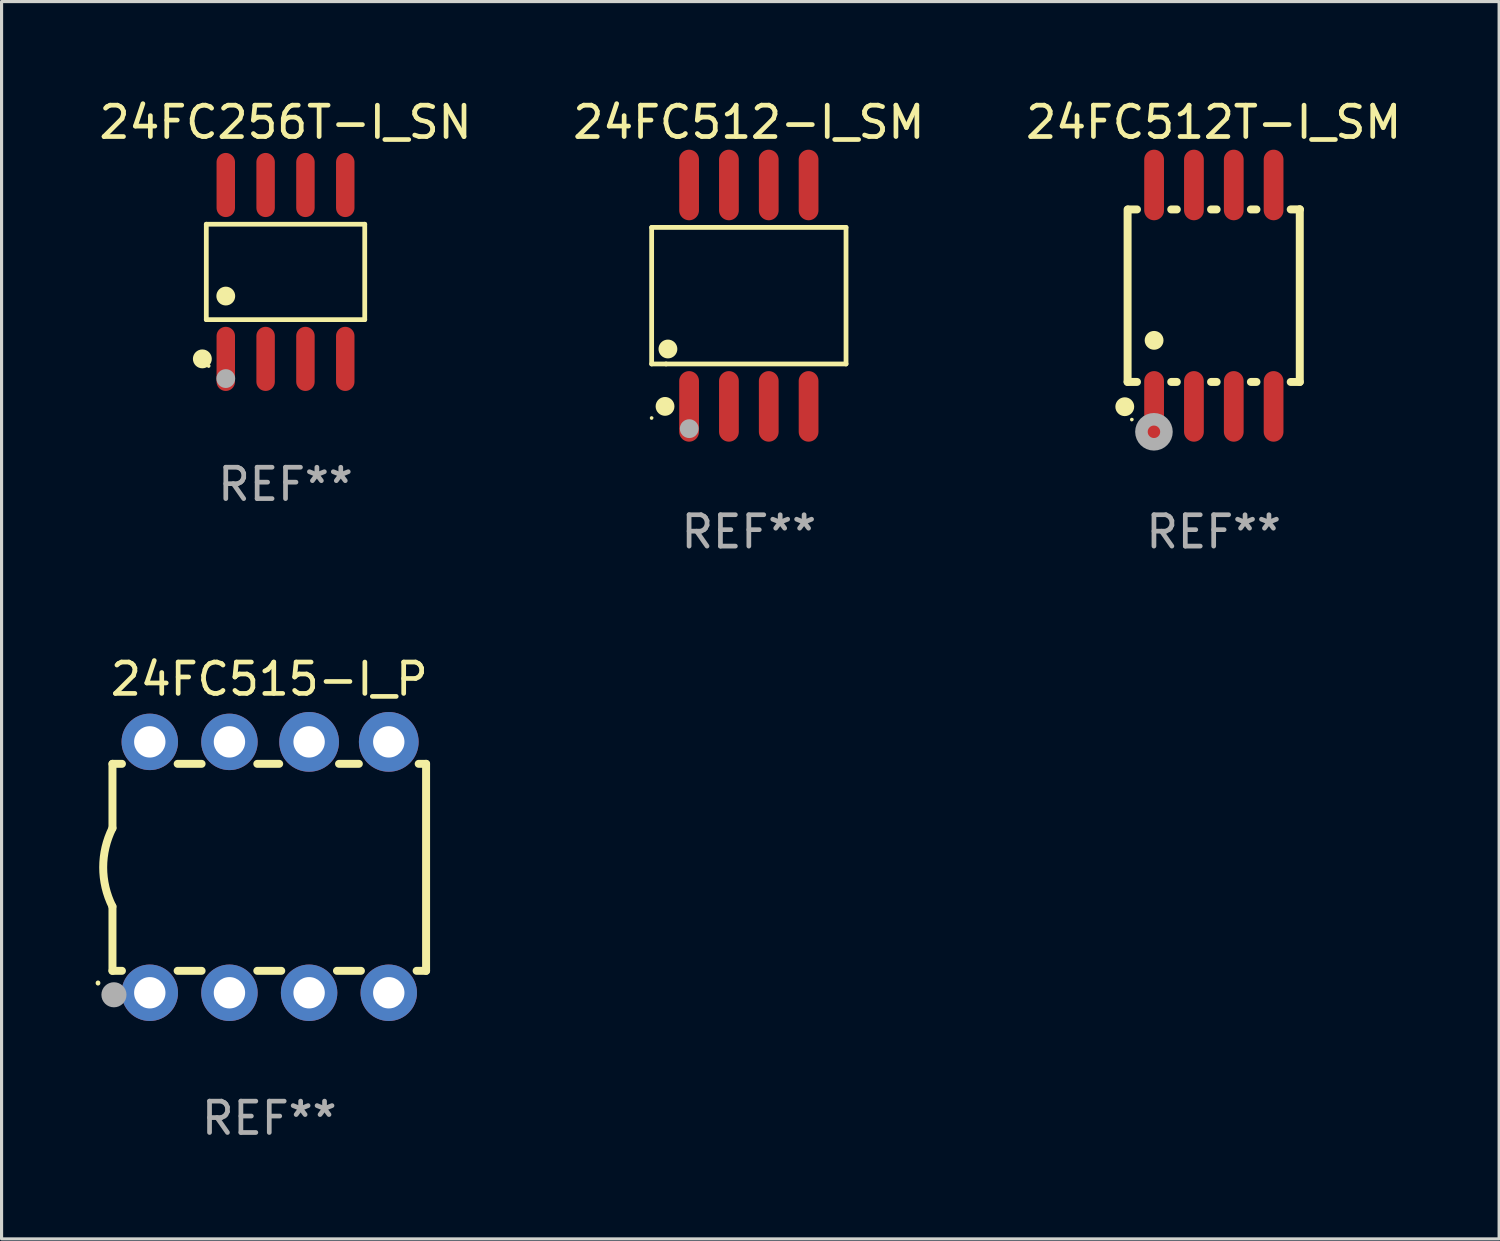
<source format=kicad_pcb>
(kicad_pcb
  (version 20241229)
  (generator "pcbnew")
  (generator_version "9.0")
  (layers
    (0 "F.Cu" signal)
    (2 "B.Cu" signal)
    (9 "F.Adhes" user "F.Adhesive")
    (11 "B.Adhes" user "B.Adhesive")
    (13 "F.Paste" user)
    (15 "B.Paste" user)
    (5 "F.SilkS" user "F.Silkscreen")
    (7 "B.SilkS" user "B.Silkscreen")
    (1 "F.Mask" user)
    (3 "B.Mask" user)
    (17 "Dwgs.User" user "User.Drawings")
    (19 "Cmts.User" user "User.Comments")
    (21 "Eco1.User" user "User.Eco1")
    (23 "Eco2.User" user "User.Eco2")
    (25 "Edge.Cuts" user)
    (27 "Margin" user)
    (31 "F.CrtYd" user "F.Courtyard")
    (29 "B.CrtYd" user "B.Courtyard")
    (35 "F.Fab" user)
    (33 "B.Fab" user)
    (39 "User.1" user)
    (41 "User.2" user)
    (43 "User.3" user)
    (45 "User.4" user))
  (footprint "24FC515-I_P"
    (layer "F.Cu")
    (at 5.536 24.605)
    (property "Reference" "24FC515-I_P" (at 0 -6 0) (layer "F.SilkS") (effects (font (size 1 1) (thickness 0.15))))
    (attr through_hole)
    (fp_line (start -5 -3.3) (end -5 -1.25) (stroke (width 0.254) (type solid)) (layer "F.SilkS"))
    (fp_line (start -5 -3.3) (end -4.698 -3.3) (stroke (width 0.254) (type solid)) (layer "F.SilkS"))
    (fp_line (start -5 3.3) (end -5 1.25) (stroke (width 0.254) (type solid)) (layer "F.SilkS"))
    (fp_line (start -5 3.3) (end -4.698 3.3) (stroke (width 0.254) (type solid)) (layer "F.SilkS"))
    (fp_line (start -2.922 -3.3) (end -2.158 -3.3) (stroke (width 0.254) (type solid)) (layer "F.SilkS"))
    (fp_line (start -2.922 3.3) (end -2.158 3.3) (stroke (width 0.254) (type solid)) (layer "F.SilkS"))
    (fp_line (start -0.382 -3.3) (end 0.316 -3.3) (stroke (width 0.254) (type solid)) (layer "F.SilkS"))
    (fp_line (start -0.382 3.3) (end 0.382 3.3) (stroke (width 0.254) (type solid)) (layer "F.SilkS"))
    (fp_line (start 2.158 3.3) (end 2.922 3.3) (stroke (width 0.254) (type solid)) (layer "F.SilkS"))
    (fp_line (start 2.224 -3.3) (end 2.856 -3.3) (stroke (width 0.254) (type solid)) (layer "F.SilkS"))
    (fp_line (start 4.698 3.3) (end 5 3.3) (stroke (width 0.254) (type solid)) (layer "F.SilkS"))
    (fp_line (start 4.764 -3.3) (end 5 -3.3) (stroke (width 0.254) (type solid)) (layer "F.SilkS"))
    (fp_line (start 5 -3.3) (end 5 3.3) (stroke (width 0.254) (type solid)) (layer "F.SilkS"))
    (fp_arc (start -5.46124 3.694259) (mid -5.461175 3.688632) (end -5.460986 3.683007) (stroke (width 0.149987) (type solid)) (layer "F.SilkS"))
    (fp_arc (start -5.00127 1.249682) (mid -5.295892 -0.000313) (end -5.000025 -1.250013) (stroke (width 0.254001) (type solid)) (layer "F.SilkS"))
    (fp_circle (center -4.795 4.237) (end -4.765 4.237) (stroke (width 0.06) (type solid)) (fill no) (layer "F.SilkS"))
    (fp_circle (center -4.953 4.064) (end -4.753 4.064) (stroke (width 0.4) (type solid)) (fill no) (layer "F.Fab"))
    (fp_text user "REF**" (at 0 8 0) (layer "F.Fab") (effects (font (size 1 1) (thickness 0.15))))
    (pad "1" thru_hole circle (at -3.81 4) (size 1.8 1.8) (drill 1) (layers "*.Cu" "*.Mask"))
    (pad "2" thru_hole circle (at -1.27 4) (size 1.8 1.8) (drill 1) (layers "*.Cu" "*.Mask"))
    (pad "3" thru_hole circle (at 1.27 4) (size 1.8 1.8) (drill 1) (layers "*.Cu" "*.Mask"))
    (pad "4" thru_hole circle (at 3.81 4) (size 1.8 1.8) (drill 1) (layers "*.Cu" "*.Mask"))
    (pad "5" thru_hole circle (at 3.81 -4) (size 1.905 1.905) (drill 1) (layers "*.Cu" "*.Mask"))
    (pad "6" thru_hole circle (at 1.27 -4) (size 1.905 1.905) (drill 1) (layers "*.Cu" "*.Mask"))
    (pad "7" thru_hole circle (at -1.27 -4) (size 1.8 1.8) (drill 1) (layers "*.Cu" "*.Mask"))
    (pad "8" thru_hole circle (at -3.81 -4) (size 1.8 1.8) (drill 1) (layers "*.Cu" "*.Mask")))
  (footprint "24FC512-I_SM"
    (layer "F.Cu")
    (at 20.827 6.378)
    (property "Reference" "24FC512-I_SM" (at 0 -5.53 0) (layer "F.SilkS") (effects (font (size 1 1) (thickness 0.15))))
    (attr through_hole)
    (fp_line (start -3.099 -2.177) (end 3.099 -2.177) (stroke (width 0.152) (type solid)) (layer "F.SilkS"))
    (fp_line (start -3.099 2.177) (end -3.099 -2.177) (stroke (width 0.152) (type solid)) (layer "F.SilkS"))
    (fp_line (start -2.639 2.177) (end -3.099 2.177) (stroke (width 0.152) (type solid)) (layer "F.SilkS"))
    (fp_line (start 3.099 -2.177) (end 3.099 2.177) (stroke (width 0.152) (type solid)) (layer "F.SilkS"))
    (fp_line (start 3.099 2.177) (end -2.639 2.177) (stroke (width 0.152) (type solid)) (layer "F.SilkS"))
    (fp_circle (center -3.1 3.9) (end -3.07 3.9) (stroke (width 0.06) (type solid)) (fill no) (layer "F.SilkS"))
    (fp_circle (center -2.672 3.53) (end -2.522 3.53) (stroke (width 0.3) (type solid)) (fill no) (layer "F.SilkS"))
    (fp_circle (center -2.58 1.7) (end -2.43 1.7) (stroke (width 0.3) (type solid)) (fill no) (layer "F.SilkS"))
    (fp_circle (center -1.9 4.24) (end -1.75 4.24) (stroke (width 0.3) (type solid)) (fill no) (layer "F.Fab"))
    (fp_text user "REF**" (at 0 7.53 0) (layer "F.Fab") (effects (font (size 1 1) (thickness 0.15))))
    (pad "1" smd oval (at -1.905 3.53) (size 0.63 2.25) (layers "F.Cu" "F.Mask" "F.Paste"))
    (pad "2" smd oval (at -0.635 3.53) (size 0.63 2.25) (layers "F.Cu" "F.Mask" "F.Paste"))
    (pad "3" smd oval (at 0.635 3.53) (size 0.63 2.25) (layers "F.Cu" "F.Mask" "F.Paste"))
    (pad "4" smd oval (at 1.905 3.53) (size 0.63 2.25) (layers "F.Cu" "F.Mask" "F.Paste"))
    (pad "5" smd oval (at 1.905 -3.53) (size 0.63 2.25) (layers "F.Cu" "F.Mask" "F.Paste"))
    (pad "6" smd oval (at 0.635 -3.53) (size 0.63 2.25) (layers "F.Cu" "F.Mask" "F.Paste"))
    (pad "7" smd oval (at -0.635 -3.53) (size 0.63 2.25) (layers "F.Cu" "F.Mask" "F.Paste"))
    (pad "8" smd oval (at -1.905 -3.53) (size 0.63 2.25) (layers "F.Cu" "F.Mask" "F.Paste")))
  (footprint "24FC256T-I_SN"
    (layer "F.Cu")
    (at 6.054 5.621)
    (property "Reference" "24FC256T-I_SN" (at 0 -4.772 0) (layer "F.SilkS") (effects (font (size 1 1) (thickness 0.15))))
    (attr through_hole)
    (fp_line (start -2.526 -1.521) (end 2.526 -1.521) (stroke (width 0.152) (type solid)) (layer "F.SilkS"))
    (fp_line (start -2.526 1.521) (end -2.526 -1.521) (stroke (width 0.152) (type solid)) (layer "F.SilkS"))
    (fp_line (start 2.526 -1.521) (end 2.526 1.521) (stroke (width 0.152) (type solid)) (layer "F.SilkS"))
    (fp_line (start 2.526 1.521) (end -2.526 1.521) (stroke (width 0.152) (type solid)) (layer "F.SilkS"))
    (fp_circle (center -2.652 2.772) (end -2.501 2.772) (stroke (width 0.3) (type solid)) (fill no) (layer "F.SilkS"))
    (fp_circle (center -2.45 3) (end -2.42 3) (stroke (width 0.06) (type solid)) (fill no) (layer "F.SilkS"))
    (fp_circle (center -1.905 0.769) (end -1.755 0.769) (stroke (width 0.3) (type solid)) (fill no) (layer "F.SilkS"))
    (fp_circle (center -1.905 3.4) (end -1.755 3.4) (stroke (width 0.3) (type solid)) (fill no) (layer "F.Fab"))
    (fp_text user "REF**" (at 0 6.772 0) (layer "F.Fab") (effects (font (size 1 1) (thickness 0.15))))
    (pad "1" smd oval (at -1.905 2.772) (size 0.588 2.045) (layers "F.Cu" "F.Mask" "F.Paste"))
    (pad "2" smd oval (at -0.635 2.772) (size 0.588 2.045) (layers "F.Cu" "F.Mask" "F.Paste"))
    (pad "3" smd oval (at 0.635 2.772) (size 0.588 2.045) (layers "F.Cu" "F.Mask" "F.Paste"))
    (pad "4" smd oval (at 1.905 2.772) (size 0.588 2.045) (layers "F.Cu" "F.Mask" "F.Paste"))
    (pad "5" smd oval (at 1.905 -2.772) (size 0.588 2.045) (layers "F.Cu" "F.Mask" "F.Paste"))
    (pad "6" smd oval (at 0.635 -2.772) (size 0.588 2.045) (layers "F.Cu" "F.Mask" "F.Paste"))
    (pad "7" smd oval (at -0.635 -2.772) (size 0.588 2.045) (layers "F.Cu" "F.Mask" "F.Paste"))
    (pad "8" smd oval (at -1.905 -2.772) (size 0.588 2.045) (layers "F.Cu" "F.Mask" "F.Paste")))
  (footprint "24FC512T-I_SM"
    (layer "F.Cu")
    (at 35.649 6.378)
    (property "Reference" "24FC512T-I_SM" (at 0 -5.53 0) (layer "F.SilkS") (effects (font (size 1 1) (thickness 0.15))))
    (attr through_hole)
    (fp_line (start -2.745 -2.75) (end -2.745 2.75) (stroke (width 0.254) (type solid)) (layer "F.SilkS"))
    (fp_line (start -2.745 2.75) (end -2.446 2.75) (stroke (width 0.254) (type solid)) (layer "F.SilkS"))
    (fp_line (start -2.446 -2.75) (end -2.725 -2.75) (stroke (width 0.254) (type solid)) (layer "F.SilkS"))
    (fp_line (start -1.354 2.75) (end -1.176 2.75) (stroke (width 0.254) (type solid)) (layer "F.SilkS"))
    (fp_line (start -1.176 -2.75) (end -1.354 -2.75) (stroke (width 0.254) (type solid)) (layer "F.SilkS"))
    (fp_line (start -0.084 2.75) (end 0.094 2.75) (stroke (width 0.254) (type solid)) (layer "F.SilkS"))
    (fp_line (start 0.094 -2.75) (end -0.084 -2.75) (stroke (width 0.254) (type solid)) (layer "F.SilkS"))
    (fp_line (start 1.186 2.75) (end 1.364 2.75) (stroke (width 0.254) (type solid)) (layer "F.SilkS"))
    (fp_line (start 1.364 -2.75) (end 1.186 -2.75) (stroke (width 0.254) (type solid)) (layer "F.SilkS"))
    (fp_line (start 2.456 2.751) (end 2.745 2.751) (stroke (width 0.254) (type solid)) (layer "F.SilkS"))
    (fp_line (start 2.745 -2.751) (end 2.456 -2.751) (stroke (width 0.254) (type solid)) (layer "F.SilkS"))
    (fp_line (start 2.745 -2.751) (end 2.745 -2.751) (stroke (width 0.254) (type solid)) (layer "F.SilkS"))
    (fp_line (start 2.745 2.751) (end 2.745 -2.751) (stroke (width 0.254) (type solid)) (layer "F.SilkS"))
    (fp_circle (center -2.835 3.54) (end -2.685 3.54) (stroke (width 0.3) (type solid)) (fill no) (layer "F.SilkS"))
    (fp_circle (center -2.61 3.95) (end -2.58 3.95) (stroke (width 0.06) (type solid)) (fill no) (layer "F.SilkS"))
    (fp_circle (center -1.9 1.424) (end -1.75 1.424) (stroke (width 0.3) (type solid)) (fill no) (layer "F.SilkS"))
    (fp_circle (center -1.905 4.34) (end -1.706 4.34) (stroke (width 0.4) (type solid)) (fill no) (layer "F.Fab"))
    (fp_text user "REF**" (at 0 7.53 0) (layer "F.Fab") (effects (font (size 1 1) (thickness 0.15))))
    (pad "1" smd oval (at -1.9 3.53) (size 0.63 2.25) (layers "F.Cu" "F.Mask" "F.Paste"))
    (pad "2" smd oval (at -0.63 3.53) (size 0.63 2.25) (layers "F.Cu" "F.Mask" "F.Paste"))
    (pad "3" smd oval (at 0.64 3.53) (size 0.63 2.25) (layers "F.Cu" "F.Mask" "F.Paste"))
    (pad "4" smd oval (at 1.91 3.53) (size 0.63 2.25) (layers "F.Cu" "F.Mask" "F.Paste"))
    (pad "5" smd oval (at 1.91 -3.53) (size 0.63 2.25) (layers "F.Cu" "F.Mask" "F.Paste"))
    (pad "6" smd oval (at 0.64 -3.53) (size 0.63 2.25) (layers "F.Cu" "F.Mask" "F.Paste"))
    (pad "7" smd oval (at -0.63 -3.53) (size 0.63 2.25) (layers "F.Cu" "F.Mask" "F.Paste"))
    (pad "8" smd oval (at -1.9 -3.53) (size 0.63 2.25) (layers "F.Cu" "F.Mask" "F.Paste")))
  (gr_rect
    (start -3 -3)
    (end 44.75 36.453)
    (stroke (width 0.1) (type default))
    (fill no)
    (layer "Edge.Cuts")))
</source>
